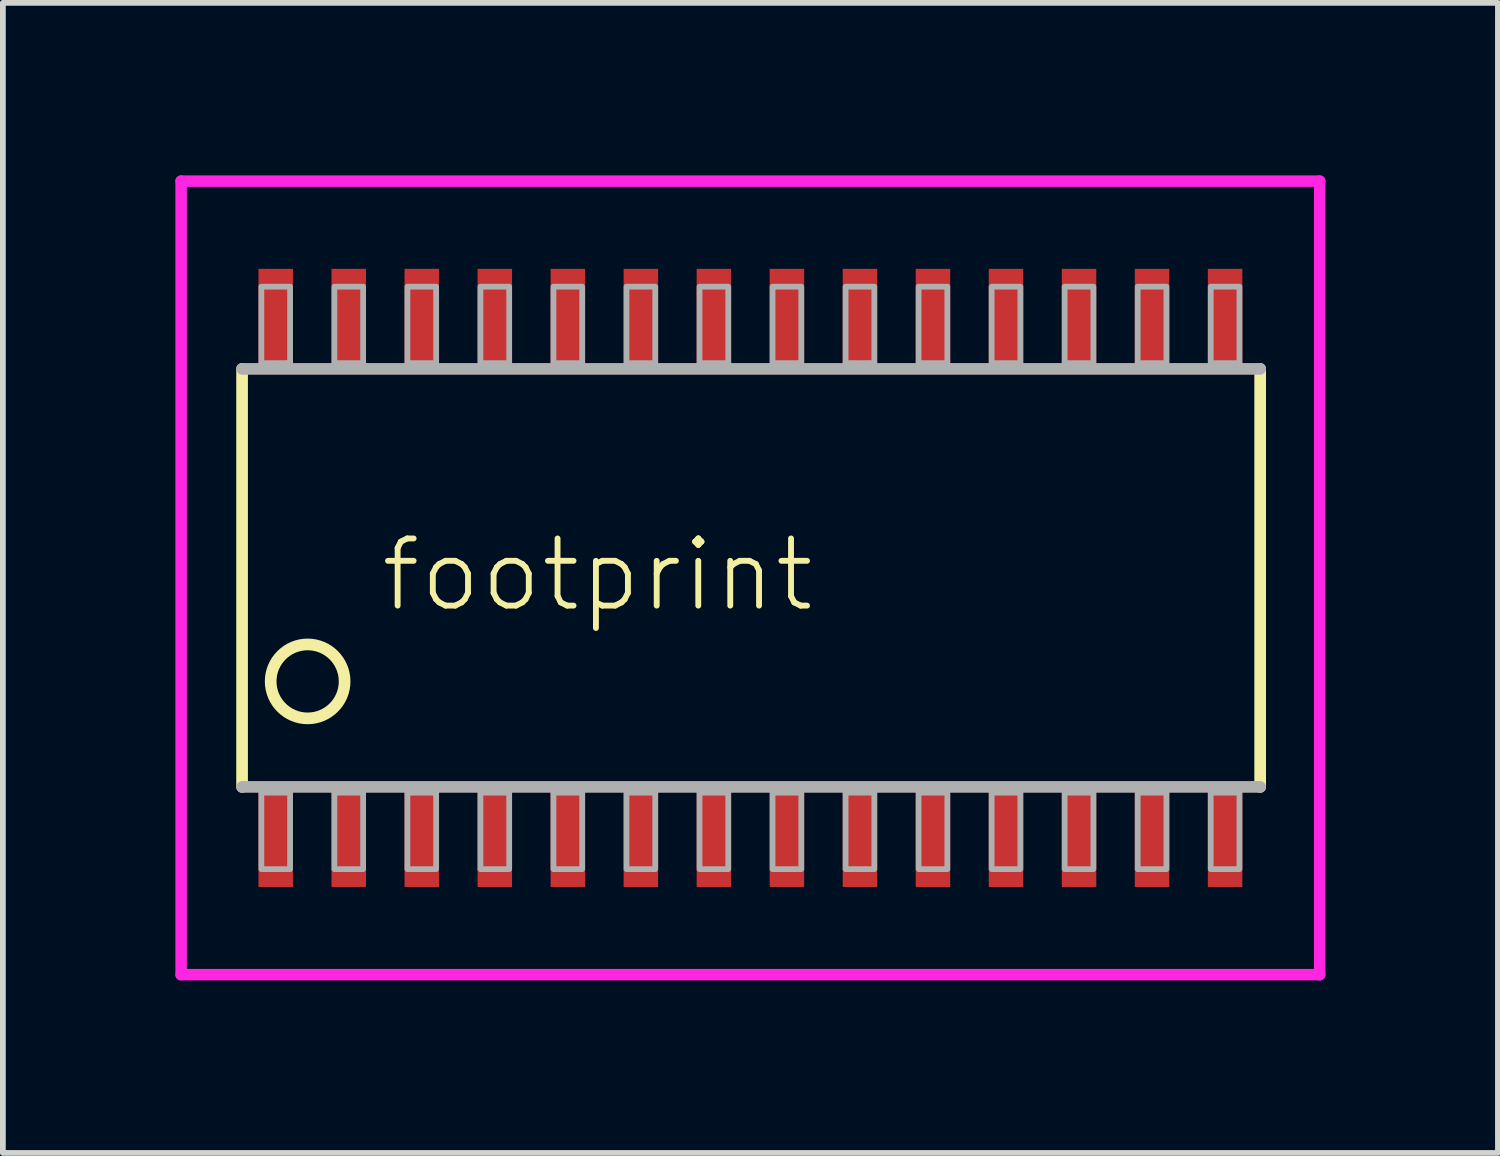
<source format=kicad_pcb>
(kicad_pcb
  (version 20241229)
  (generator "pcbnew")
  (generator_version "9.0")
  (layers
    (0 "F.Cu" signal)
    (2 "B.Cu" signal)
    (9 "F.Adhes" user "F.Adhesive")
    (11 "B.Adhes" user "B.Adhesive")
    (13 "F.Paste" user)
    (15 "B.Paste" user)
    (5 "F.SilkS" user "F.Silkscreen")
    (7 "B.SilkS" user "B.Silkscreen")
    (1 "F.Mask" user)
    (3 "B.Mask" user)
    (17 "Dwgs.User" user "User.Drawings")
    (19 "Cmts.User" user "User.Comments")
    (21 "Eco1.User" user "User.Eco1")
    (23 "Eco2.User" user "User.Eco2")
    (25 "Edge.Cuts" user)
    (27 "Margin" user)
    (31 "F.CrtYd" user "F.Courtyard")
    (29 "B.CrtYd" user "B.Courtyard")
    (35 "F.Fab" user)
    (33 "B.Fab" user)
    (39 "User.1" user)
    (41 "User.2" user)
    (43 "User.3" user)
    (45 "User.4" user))
  (footprint "footprint"
    (layer "F.Cu")
    (at 10 7)
    (property "Reference" "footprint" (at -6.48 0.63 0) (layer "F.SilkS") (effects (font (size 1.168 1.168) (thickness 0.102)) (justify left bottom)))
    (fp_line (start -8.84 3.635) (end -8.84 -3.635) (stroke (width 0.203) (type solid)) (layer "F.SilkS"))
    (fp_line (start 8.865 -3.635) (end 8.865 3.635) (stroke (width 0.203) (type solid)) (layer "F.SilkS"))
    (fp_circle (center -7.7 1.8) (end -7.057 1.8) (stroke (width 0.203) (type solid)) (fill no) (layer "F.SilkS"))
    (fp_line (start -9.9 -6.9) (end 9.9 -6.9) (stroke (width 0.2) (type solid)) (layer "F.CrtYd"))
    (fp_line (start -9.9 6.9) (end -9.9 -6.9) (stroke (width 0.2) (type solid)) (layer "F.CrtYd"))
    (fp_line (start 9.9 -6.9) (end 9.9 6.9) (stroke (width 0.2) (type solid)) (layer "F.CrtYd"))
    (fp_line (start 9.9 6.9) (end -9.9 6.9) (stroke (width 0.2) (type solid)) (layer "F.CrtYd"))
    (fp_line (start -8.84 -3.635) (end 8.865 -3.635) (stroke (width 0.203) (type solid)) (layer "F.Fab"))
    (fp_line (start 8.865 3.635) (end -8.84 3.635) (stroke (width 0.203) (type solid)) (layer "F.Fab"))
    (fp_poly (pts (xy -8.505 -3.735) (xy -8.005 -3.735) (xy -8.005 -5.065) (xy -8.505 -5.065)) (stroke (width 0.1) (type solid)) (fill no) (layer "F.Fab"))
    (fp_poly (pts (xy -8.505 5.065) (xy -8.005 5.065) (xy -8.005 3.735) (xy -8.505 3.735)) (stroke (width 0.1) (type solid)) (fill no) (layer "F.Fab"))
    (fp_poly (pts (xy -7.235 -3.735) (xy -6.735 -3.735) (xy -6.735 -5.065) (xy -7.235 -5.065)) (stroke (width 0.1) (type solid)) (fill no) (layer "F.Fab"))
    (fp_poly (pts (xy -7.235 5.065) (xy -6.735 5.065) (xy -6.735 3.735) (xy -7.235 3.735)) (stroke (width 0.1) (type solid)) (fill no) (layer "F.Fab"))
    (fp_poly (pts (xy -5.965 -3.735) (xy -5.465 -3.735) (xy -5.465 -5.065) (xy -5.965 -5.065)) (stroke (width 0.1) (type solid)) (fill no) (layer "F.Fab"))
    (fp_poly (pts (xy -5.965 5.065) (xy -5.465 5.065) (xy -5.465 3.735) (xy -5.965 3.735)) (stroke (width 0.1) (type solid)) (fill no) (layer "F.Fab"))
    (fp_poly (pts (xy -4.695 -3.735) (xy -4.195 -3.735) (xy -4.195 -5.065) (xy -4.695 -5.065)) (stroke (width 0.1) (type solid)) (fill no) (layer "F.Fab"))
    (fp_poly (pts (xy -4.695 5.065) (xy -4.195 5.065) (xy -4.195 3.735) (xy -4.695 3.735)) (stroke (width 0.1) (type solid)) (fill no) (layer "F.Fab"))
    (fp_poly (pts (xy -3.425 -3.735) (xy -2.925 -3.735) (xy -2.925 -5.065) (xy -3.425 -5.065)) (stroke (width 0.1) (type solid)) (fill no) (layer "F.Fab"))
    (fp_poly (pts (xy -3.425 5.065) (xy -2.925 5.065) (xy -2.925 3.735) (xy -3.425 3.735)) (stroke (width 0.1) (type solid)) (fill no) (layer "F.Fab"))
    (fp_poly (pts (xy -2.155 -3.735) (xy -1.655 -3.735) (xy -1.655 -5.065) (xy -2.155 -5.065)) (stroke (width 0.1) (type solid)) (fill no) (layer "F.Fab"))
    (fp_poly (pts (xy -2.155 5.065) (xy -1.655 5.065) (xy -1.655 3.735) (xy -2.155 3.735)) (stroke (width 0.1) (type solid)) (fill no) (layer "F.Fab"))
    (fp_poly (pts (xy -0.885 -3.735) (xy -0.385 -3.735) (xy -0.385 -5.065) (xy -0.885 -5.065)) (stroke (width 0.1) (type solid)) (fill no) (layer "F.Fab"))
    (fp_poly (pts (xy -0.885 5.065) (xy -0.385 5.065) (xy -0.385 3.735) (xy -0.885 3.735)) (stroke (width 0.1) (type solid)) (fill no) (layer "F.Fab"))
    (fp_poly (pts (xy 0.385 -3.735) (xy 0.885 -3.735) (xy 0.885 -5.065) (xy 0.385 -5.065)) (stroke (width 0.1) (type solid)) (fill no) (layer "F.Fab"))
    (fp_poly (pts (xy 0.385 5.065) (xy 0.885 5.065) (xy 0.885 3.735) (xy 0.385 3.735)) (stroke (width 0.1) (type solid)) (fill no) (layer "F.Fab"))
    (fp_poly (pts (xy 1.655 -3.735) (xy 2.155 -3.735) (xy 2.155 -5.065) (xy 1.655 -5.065)) (stroke (width 0.1) (type solid)) (fill no) (layer "F.Fab"))
    (fp_poly (pts (xy 1.655 5.065) (xy 2.155 5.065) (xy 2.155 3.735) (xy 1.655 3.735)) (stroke (width 0.1) (type solid)) (fill no) (layer "F.Fab"))
    (fp_poly (pts (xy 2.925 -3.735) (xy 3.425 -3.735) (xy 3.425 -5.065) (xy 2.925 -5.065)) (stroke (width 0.1) (type solid)) (fill no) (layer "F.Fab"))
    (fp_poly (pts (xy 2.925 5.065) (xy 3.425 5.065) (xy 3.425 3.735) (xy 2.925 3.735)) (stroke (width 0.1) (type solid)) (fill no) (layer "F.Fab"))
    (fp_poly (pts (xy 4.195 -3.735) (xy 4.695 -3.735) (xy 4.695 -5.065) (xy 4.195 -5.065)) (stroke (width 0.1) (type solid)) (fill no) (layer "F.Fab"))
    (fp_poly (pts (xy 4.195 5.065) (xy 4.695 5.065) (xy 4.695 3.735) (xy 4.195 3.735)) (stroke (width 0.1) (type solid)) (fill no) (layer "F.Fab"))
    (fp_poly (pts (xy 5.465 -3.735) (xy 5.965 -3.735) (xy 5.965 -5.065) (xy 5.465 -5.065)) (stroke (width 0.1) (type solid)) (fill no) (layer "F.Fab"))
    (fp_poly (pts (xy 5.465 5.065) (xy 5.965 5.065) (xy 5.965 3.735) (xy 5.465 3.735)) (stroke (width 0.1) (type solid)) (fill no) (layer "F.Fab"))
    (fp_poly (pts (xy 6.735 -3.735) (xy 7.235 -3.735) (xy 7.235 -5.065) (xy 6.735 -5.065)) (stroke (width 0.1) (type solid)) (fill no) (layer "F.Fab"))
    (fp_poly (pts (xy 6.735 5.065) (xy 7.235 5.065) (xy 7.235 3.735) (xy 6.735 3.735)) (stroke (width 0.1) (type solid)) (fill no) (layer "F.Fab"))
    (fp_poly (pts (xy 8.005 -3.735) (xy 8.505 -3.735) (xy 8.505 -5.065) (xy 8.005 -5.065)) (stroke (width 0.1) (type solid)) (fill no) (layer "F.Fab"))
    (fp_poly (pts (xy 8.005 5.065) (xy 8.505 5.065) (xy 8.505 3.735) (xy 8.005 3.735)) (stroke (width 0.1) (type solid)) (fill no) (layer "F.Fab"))
    (pad "1" smd rect (at -8.255 4.475) (size 0.6 1.8) (layers "F.Cu" "F.Mask" "F.Paste"))
    (pad "2" smd rect (at -6.985 4.475) (size 0.6 1.8) (layers "F.Cu" "F.Mask" "F.Paste"))
    (pad "3" smd rect (at -5.715 4.475) (size 0.6 1.8) (layers "F.Cu" "F.Mask" "F.Paste"))
    (pad "4" smd rect (at -4.445 4.475) (size 0.6 1.8) (layers "F.Cu" "F.Mask" "F.Paste"))
    (pad "5" smd rect (at -3.175 4.475) (size 0.6 1.8) (layers "F.Cu" "F.Mask" "F.Paste"))
    (pad "6" smd rect (at -1.905 4.475) (size 0.6 1.8) (layers "F.Cu" "F.Mask" "F.Paste"))
    (pad "7" smd rect (at -0.635 4.475) (size 0.6 1.8) (layers "F.Cu" "F.Mask" "F.Paste"))
    (pad "8" smd rect (at 0.635 4.475) (size 0.6 1.8) (layers "F.Cu" "F.Mask" "F.Paste"))
    (pad "9" smd rect (at 1.905 4.475) (size 0.6 1.8) (layers "F.Cu" "F.Mask" "F.Paste"))
    (pad "10" smd rect (at 3.175 4.475) (size 0.6 1.8) (layers "F.Cu" "F.Mask" "F.Paste"))
    (pad "11" smd rect (at 4.445 4.475) (size 0.6 1.8) (layers "F.Cu" "F.Mask" "F.Paste"))
    (pad "12" smd rect (at 5.715 4.475) (size 0.6 1.8) (layers "F.Cu" "F.Mask" "F.Paste"))
    (pad "13" smd rect (at 6.985 4.475) (size 0.6 1.8) (layers "F.Cu" "F.Mask" "F.Paste"))
    (pad "14" smd rect (at 8.255 4.475) (size 0.6 1.8) (layers "F.Cu" "F.Mask" "F.Paste"))
    (pad "15" smd rect (at 8.255 -4.475) (size 0.6 1.8) (layers "F.Cu" "F.Mask" "F.Paste"))
    (pad "16" smd rect (at 6.985 -4.475) (size 0.6 1.8) (layers "F.Cu" "F.Mask" "F.Paste"))
    (pad "17" smd rect (at 5.715 -4.475) (size 0.6 1.8) (layers "F.Cu" "F.Mask" "F.Paste"))
    (pad "18" smd rect (at 4.445 -4.475) (size 0.6 1.8) (layers "F.Cu" "F.Mask" "F.Paste"))
    (pad "19" smd rect (at 3.175 -4.475) (size 0.6 1.8) (layers "F.Cu" "F.Mask" "F.Paste"))
    (pad "20" smd rect (at 1.905 -4.475) (size 0.6 1.8) (layers "F.Cu" "F.Mask" "F.Paste"))
    (pad "21" smd rect (at 0.635 -4.475) (size 0.6 1.8) (layers "F.Cu" "F.Mask" "F.Paste"))
    (pad "22" smd rect (at -0.635 -4.475) (size 0.6 1.8) (layers "F.Cu" "F.Mask" "F.Paste"))
    (pad "23" smd rect (at -1.905 -4.475) (size 0.6 1.8) (layers "F.Cu" "F.Mask" "F.Paste"))
    (pad "24" smd rect (at -3.175 -4.475) (size 0.6 1.8) (layers "F.Cu" "F.Mask" "F.Paste"))
    (pad "25" smd rect (at -4.445 -4.475) (size 0.6 1.8) (layers "F.Cu" "F.Mask" "F.Paste"))
    (pad "26" smd rect (at -5.715 -4.475) (size 0.6 1.8) (layers "F.Cu" "F.Mask" "F.Paste"))
    (pad "27" smd rect (at -6.985 -4.475) (size 0.6 1.8) (layers "F.Cu" "F.Mask" "F.Paste"))
    (pad "28" smd rect (at -8.255 -4.475) (size 0.6 1.8) (layers "F.Cu" "F.Mask" "F.Paste")))
  (gr_rect
    (start -3 -3)
    (end 23 17)
    (stroke (width 0.1) (type default))
    (fill no)
    (layer "Edge.Cuts")))
</source>
